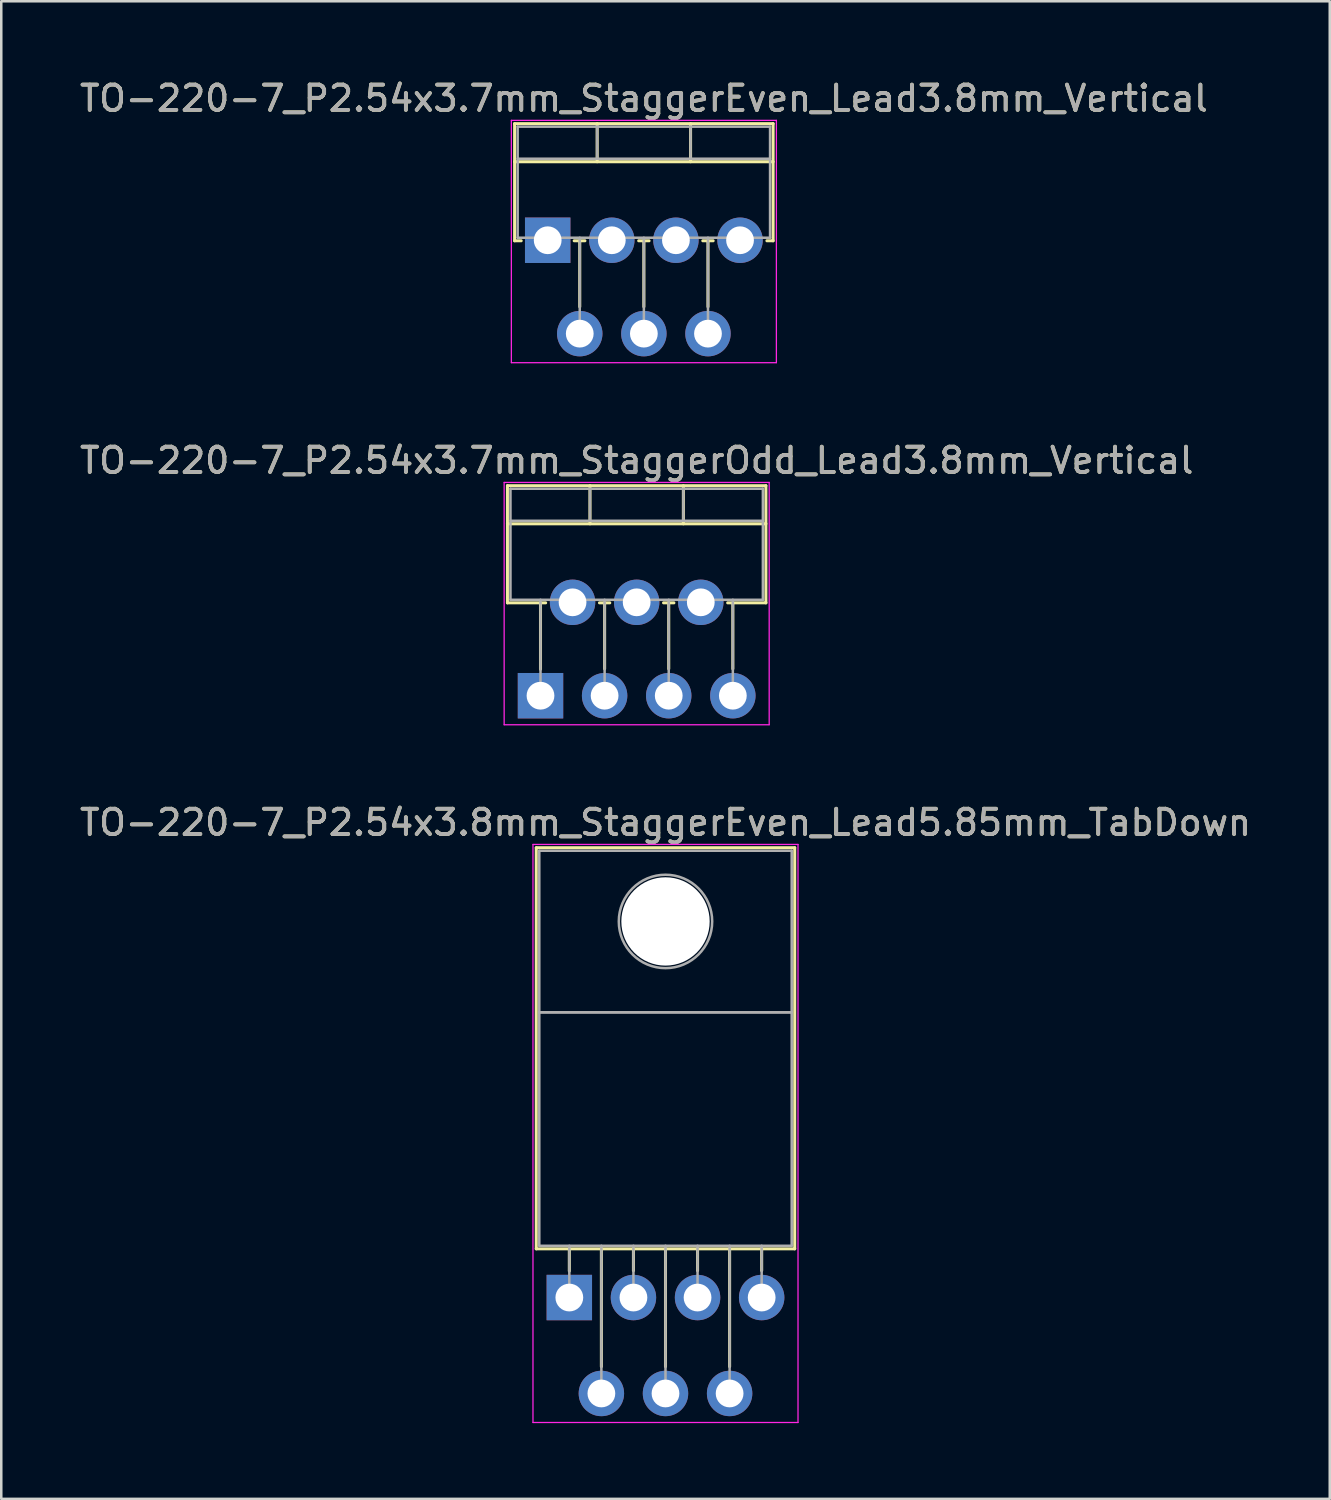
<source format=kicad_pcb>
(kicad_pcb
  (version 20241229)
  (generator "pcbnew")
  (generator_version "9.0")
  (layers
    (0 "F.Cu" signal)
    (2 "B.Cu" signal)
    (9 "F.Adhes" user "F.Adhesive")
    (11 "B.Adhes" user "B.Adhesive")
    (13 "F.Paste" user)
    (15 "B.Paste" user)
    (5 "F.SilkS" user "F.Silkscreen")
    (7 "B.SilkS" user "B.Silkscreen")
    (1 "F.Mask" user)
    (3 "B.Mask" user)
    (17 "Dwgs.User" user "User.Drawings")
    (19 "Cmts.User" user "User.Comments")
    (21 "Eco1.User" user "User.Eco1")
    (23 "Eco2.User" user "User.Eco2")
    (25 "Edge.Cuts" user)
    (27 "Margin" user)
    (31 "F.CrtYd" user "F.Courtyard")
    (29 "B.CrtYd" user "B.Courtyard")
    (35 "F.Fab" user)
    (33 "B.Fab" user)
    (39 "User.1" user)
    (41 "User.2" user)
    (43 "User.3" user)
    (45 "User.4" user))
  (footprint "TO-220-7_P2.54x3.7mm_StaggerEven_Lead3.8mm_Vertical"
    (layer "F.Cu")
    (at 18.648 6.468)
    (property "Reference" "TO-220-7_P2.54x3.7mm_StaggerEven_Lead3.8mm_Vertical" (at 3.81 -5.62 0) (layer "F.SilkS") (effects (font (size 1 1) (thickness 0.15))))
    (attr through_hole)
    (fp_line (start -1.31 -4.62) (end -1.31 0.021) (stroke (width 0.12) (type solid)) (layer "F.SilkS"))
    (fp_line (start -1.31 -4.62) (end 8.93 -4.62) (stroke (width 0.12) (type solid)) (layer "F.SilkS"))
    (fp_line (start -1.31 -3.111) (end 8.93 -3.111) (stroke (width 0.12) (type solid)) (layer "F.SilkS"))
    (fp_line (start -1.31 0.021) (end -1.05 0.021) (stroke (width 0.12) (type solid)) (layer "F.SilkS"))
    (fp_line (start 1.05 0.021) (end 1.475 0.021) (stroke (width 0.12) (type solid)) (layer "F.SilkS"))
    (fp_line (start 1.27 0.021) (end 1.27 2.635) (stroke (width 0.12) (type solid)) (layer "F.SilkS"))
    (fp_line (start 1.96 -4.62) (end 1.96 -3.111) (stroke (width 0.12) (type solid)) (layer "F.SilkS"))
    (fp_line (start 3.605 0.021) (end 4.016 0.021) (stroke (width 0.12) (type solid)) (layer "F.SilkS"))
    (fp_line (start 3.81 0.021) (end 3.81 2.635) (stroke (width 0.12) (type solid)) (layer "F.SilkS"))
    (fp_line (start 5.66 -4.62) (end 5.66 -3.111) (stroke (width 0.12) (type solid)) (layer "F.SilkS"))
    (fp_line (start 6.145 0.021) (end 6.555 0.021) (stroke (width 0.12) (type solid)) (layer "F.SilkS"))
    (fp_line (start 6.35 0.021) (end 6.35 2.635) (stroke (width 0.12) (type solid)) (layer "F.SilkS"))
    (fp_line (start 8.685 0.021) (end 8.93 0.021) (stroke (width 0.12) (type solid)) (layer "F.SilkS"))
    (fp_line (start 8.93 -4.62) (end 8.93 0.021) (stroke (width 0.12) (type solid)) (layer "F.SilkS"))
    (fp_line (start -1.44 -4.75) (end -1.44 4.85) (stroke (width 0.05) (type solid)) (layer "F.CrtYd"))
    (fp_line (start -1.44 4.85) (end 9.06 4.85) (stroke (width 0.05) (type solid)) (layer "F.CrtYd"))
    (fp_line (start 9.06 -4.75) (end -1.44 -4.75) (stroke (width 0.05) (type solid)) (layer "F.CrtYd"))
    (fp_line (start 9.06 4.85) (end 9.06 -4.75) (stroke (width 0.05) (type solid)) (layer "F.CrtYd"))
    (fp_line (start -1.19 -4.5) (end -1.19 -0.1) (stroke (width 0.1) (type solid)) (layer "F.Fab"))
    (fp_line (start -1.19 -3.23) (end 8.81 -3.23) (stroke (width 0.1) (type solid)) (layer "F.Fab"))
    (fp_line (start -1.19 -0.1) (end 8.81 -0.1) (stroke (width 0.1) (type solid)) (layer "F.Fab"))
    (fp_line (start 0 -0.1) (end 0 0) (stroke (width 0.1) (type solid)) (layer "F.Fab"))
    (fp_line (start 1.27 -0.1) (end 1.27 3.7) (stroke (width 0.1) (type solid)) (layer "F.Fab"))
    (fp_line (start 1.96 -4.5) (end 1.96 -3.23) (stroke (width 0.1) (type solid)) (layer "F.Fab"))
    (fp_line (start 2.54 -0.1) (end 2.54 0) (stroke (width 0.1) (type solid)) (layer "F.Fab"))
    (fp_line (start 3.81 -0.1) (end 3.81 3.7) (stroke (width 0.1) (type solid)) (layer "F.Fab"))
    (fp_line (start 5.08 -0.1) (end 5.08 0) (stroke (width 0.1) (type solid)) (layer "F.Fab"))
    (fp_line (start 5.66 -4.5) (end 5.66 -3.23) (stroke (width 0.1) (type solid)) (layer "F.Fab"))
    (fp_line (start 6.35 -0.1) (end 6.35 3.7) (stroke (width 0.1) (type solid)) (layer "F.Fab"))
    (fp_line (start 7.62 -0.1) (end 7.62 0) (stroke (width 0.1) (type solid)) (layer "F.Fab"))
    (fp_line (start 8.81 -4.5) (end -1.19 -4.5) (stroke (width 0.1) (type solid)) (layer "F.Fab"))
    (fp_line (start 8.81 -0.1) (end 8.81 -4.5) (stroke (width 0.1) (type solid)) (layer "F.Fab"))
    (fp_text user "${REFERENCE}" (at 3.81 -5.62 0) (layer "F.Fab") (effects (font (size 1 1) (thickness 0.15))))
    (pad "1" thru_hole rect (at 0 0) (size 1.8 1.8) (drill 1.1) (layers "*.Cu" "*.Mask"))
    (pad "2" thru_hole oval (at 1.27 3.7) (size 1.8 1.8) (drill 1.1) (layers "*.Cu" "*.Mask"))
    (pad "3" thru_hole oval (at 2.54 0) (size 1.8 1.8) (drill 1.1) (layers "*.Cu" "*.Mask"))
    (pad "4" thru_hole oval (at 3.81 3.7) (size 1.8 1.8) (drill 1.1) (layers "*.Cu" "*.Mask"))
    (pad "5" thru_hole oval (at 5.08 0) (size 1.8 1.8) (drill 1.1) (layers "*.Cu" "*.Mask"))
    (pad "6" thru_hole oval (at 6.35 3.7) (size 1.8 1.8) (drill 1.1) (layers "*.Cu" "*.Mask"))
    (pad "7" thru_hole oval (at 7.62 0) (size 1.8 1.8) (drill 1.1) (layers "*.Cu" "*.Mask")))
  (footprint "TO-220-7_P2.54x3.7mm_StaggerOdd_Lead3.8mm_Vertical"
    (layer "F.Cu")
    (at 18.363 24.512)
    (property "Reference" "TO-220-7_P2.54x3.7mm_StaggerOdd_Lead3.8mm_Vertical" (at 3.81 -9.32 0) (layer "F.SilkS") (effects (font (size 1 1) (thickness 0.15))))
    (attr through_hole)
    (fp_line (start -1.31 -8.32) (end -1.31 -3.679) (stroke (width 0.12) (type solid)) (layer "F.SilkS"))
    (fp_line (start -1.31 -8.32) (end 8.93 -8.32) (stroke (width 0.12) (type solid)) (layer "F.SilkS"))
    (fp_line (start -1.31 -6.811) (end 8.93 -6.811) (stroke (width 0.12) (type solid)) (layer "F.SilkS"))
    (fp_line (start -1.31 -3.679) (end 0.205 -3.679) (stroke (width 0.12) (type solid)) (layer "F.SilkS"))
    (fp_line (start 0 -3.679) (end 0 -1.049) (stroke (width 0.12) (type solid)) (layer "F.SilkS"))
    (fp_line (start 1.96 -8.32) (end 1.96 -6.811) (stroke (width 0.12) (type solid)) (layer "F.SilkS"))
    (fp_line (start 2.336 -3.679) (end 2.745 -3.679) (stroke (width 0.12) (type solid)) (layer "F.SilkS"))
    (fp_line (start 2.54 -3.679) (end 2.54 -1.065) (stroke (width 0.12) (type solid)) (layer "F.SilkS"))
    (fp_line (start 4.875 -3.679) (end 5.285 -3.679) (stroke (width 0.12) (type solid)) (layer "F.SilkS"))
    (fp_line (start 5.08 -3.679) (end 5.08 -1.065) (stroke (width 0.12) (type solid)) (layer "F.SilkS"))
    (fp_line (start 5.66 -8.32) (end 5.66 -6.811) (stroke (width 0.12) (type solid)) (layer "F.SilkS"))
    (fp_line (start 7.415 -3.679) (end 8.93 -3.679) (stroke (width 0.12) (type solid)) (layer "F.SilkS"))
    (fp_line (start 7.62 -3.679) (end 7.62 -1.065) (stroke (width 0.12) (type solid)) (layer "F.SilkS"))
    (fp_line (start 8.93 -8.32) (end 8.93 -3.679) (stroke (width 0.12) (type solid)) (layer "F.SilkS"))
    (fp_line (start -1.44 -8.45) (end -1.44 1.15) (stroke (width 0.05) (type solid)) (layer "F.CrtYd"))
    (fp_line (start -1.44 1.15) (end 9.06 1.15) (stroke (width 0.05) (type solid)) (layer "F.CrtYd"))
    (fp_line (start 9.06 -8.45) (end -1.44 -8.45) (stroke (width 0.05) (type solid)) (layer "F.CrtYd"))
    (fp_line (start 9.06 1.15) (end 9.06 -8.45) (stroke (width 0.05) (type solid)) (layer "F.CrtYd"))
    (fp_line (start -1.19 -8.2) (end -1.19 -3.8) (stroke (width 0.1) (type solid)) (layer "F.Fab"))
    (fp_line (start -1.19 -6.93) (end 8.81 -6.93) (stroke (width 0.1) (type solid)) (layer "F.Fab"))
    (fp_line (start -1.19 -3.8) (end 8.81 -3.8) (stroke (width 0.1) (type solid)) (layer "F.Fab"))
    (fp_line (start 0 -3.8) (end 0 0) (stroke (width 0.1) (type solid)) (layer "F.Fab"))
    (fp_line (start 1.27 -3.8) (end 1.27 -3.7) (stroke (width 0.1) (type solid)) (layer "F.Fab"))
    (fp_line (start 1.96 -8.2) (end 1.96 -6.93) (stroke (width 0.1) (type solid)) (layer "F.Fab"))
    (fp_line (start 2.54 -3.8) (end 2.54 0) (stroke (width 0.1) (type solid)) (layer "F.Fab"))
    (fp_line (start 3.81 -3.8) (end 3.81 -3.7) (stroke (width 0.1) (type solid)) (layer "F.Fab"))
    (fp_line (start 5.08 -3.8) (end 5.08 0) (stroke (width 0.1) (type solid)) (layer "F.Fab"))
    (fp_line (start 5.66 -8.2) (end 5.66 -6.93) (stroke (width 0.1) (type solid)) (layer "F.Fab"))
    (fp_line (start 6.35 -3.8) (end 6.35 -3.7) (stroke (width 0.1) (type solid)) (layer "F.Fab"))
    (fp_line (start 7.62 -3.8) (end 7.62 0) (stroke (width 0.1) (type solid)) (layer "F.Fab"))
    (fp_line (start 8.81 -8.2) (end -1.19 -8.2) (stroke (width 0.1) (type solid)) (layer "F.Fab"))
    (fp_line (start 8.81 -3.8) (end 8.81 -8.2) (stroke (width 0.1) (type solid)) (layer "F.Fab"))
    (fp_text user "${REFERENCE}" (at 3.81 -9.32 0) (layer "F.Fab") (effects (font (size 1 1) (thickness 0.15))))
    (pad "1" thru_hole rect (at 0 0) (size 1.8 1.8) (drill 1.1) (layers "*.Cu" "*.Mask"))
    (pad "2" thru_hole oval (at 1.27 -3.7) (size 1.8 1.8) (drill 1.1) (layers "*.Cu" "*.Mask"))
    (pad "3" thru_hole oval (at 2.54 0) (size 1.8 1.8) (drill 1.1) (layers "*.Cu" "*.Mask"))
    (pad "4" thru_hole oval (at 3.81 -3.7) (size 1.8 1.8) (drill 1.1) (layers "*.Cu" "*.Mask"))
    (pad "5" thru_hole oval (at 5.08 0) (size 1.8 1.8) (drill 1.1) (layers "*.Cu" "*.Mask"))
    (pad "6" thru_hole oval (at 6.35 -3.7) (size 1.8 1.8) (drill 1.1) (layers "*.Cu" "*.Mask"))
    (pad "7" thru_hole oval (at 7.62 0) (size 1.8 1.8) (drill 1.1) (layers "*.Cu" "*.Mask")))
  (footprint "TO-220-7_P2.54x3.8mm_StaggerEven_Lead5.85mm_TabDown"
    (layer "F.Cu")
    (at 19.505 48.355)
    (property "Reference" "TO-220-7_P2.54x3.8mm_StaggerEven_Lead5.85mm_TabDown" (at 3.81 -18.82 0) (layer "F.SilkS") (effects (font (size 1 1) (thickness 0.15))))
    (attr through_hole)
    (fp_line (start -1.31 -17.82) (end -1.31 -1.93) (stroke (width 0.12) (type solid)) (layer "F.SilkS"))
    (fp_line (start -1.31 -17.82) (end 8.93 -17.82) (stroke (width 0.12) (type solid)) (layer "F.SilkS"))
    (fp_line (start -1.31 -1.93) (end 8.93 -1.93) (stroke (width 0.12) (type solid)) (layer "F.SilkS"))
    (fp_line (start 0 -1.93) (end 0 -1.05) (stroke (width 0.12) (type solid)) (layer "F.SilkS"))
    (fp_line (start 1.27 -1.93) (end 1.27 2.735) (stroke (width 0.12) (type solid)) (layer "F.SilkS"))
    (fp_line (start 2.54 -1.93) (end 2.54 -1.066) (stroke (width 0.12) (type solid)) (layer "F.SilkS"))
    (fp_line (start 3.81 -1.93) (end 3.81 2.735) (stroke (width 0.12) (type solid)) (layer "F.SilkS"))
    (fp_line (start 5.08 -1.93) (end 5.08 -1.066) (stroke (width 0.12) (type solid)) (layer "F.SilkS"))
    (fp_line (start 6.35 -1.93) (end 6.35 2.735) (stroke (width 0.12) (type solid)) (layer "F.SilkS"))
    (fp_line (start 7.62 -1.93) (end 7.62 -1.066) (stroke (width 0.12) (type solid)) (layer "F.SilkS"))
    (fp_line (start 8.93 -17.82) (end 8.93 -1.93) (stroke (width 0.12) (type solid)) (layer "F.SilkS"))
    (fp_line (start -1.44 -17.95) (end -1.44 4.95) (stroke (width 0.05) (type solid)) (layer "F.CrtYd"))
    (fp_line (start -1.44 4.95) (end 9.06 4.95) (stroke (width 0.05) (type solid)) (layer "F.CrtYd"))
    (fp_line (start 9.06 -17.95) (end -1.44 -17.95) (stroke (width 0.05) (type solid)) (layer "F.CrtYd"))
    (fp_line (start 9.06 4.95) (end 9.06 -17.95) (stroke (width 0.05) (type solid)) (layer "F.CrtYd"))
    (fp_line (start -1.19 -17.7) (end 8.81 -17.7) (stroke (width 0.1) (type solid)) (layer "F.Fab"))
    (fp_line (start -1.19 -11.3) (end -1.19 -17.7) (stroke (width 0.1) (type solid)) (layer "F.Fab"))
    (fp_line (start -1.19 -11.3) (end 8.81 -11.3) (stroke (width 0.1) (type solid)) (layer "F.Fab"))
    (fp_line (start -1.19 -2.05) (end -1.19 -11.3) (stroke (width 0.1) (type solid)) (layer "F.Fab"))
    (fp_line (start 0 -2.05) (end 0 0) (stroke (width 0.1) (type solid)) (layer "F.Fab"))
    (fp_line (start 1.27 -2.05) (end 1.27 3.8) (stroke (width 0.1) (type solid)) (layer "F.Fab"))
    (fp_line (start 2.54 -2.05) (end 2.54 0) (stroke (width 0.1) (type solid)) (layer "F.Fab"))
    (fp_line (start 3.81 -2.05) (end 3.81 3.8) (stroke (width 0.1) (type solid)) (layer "F.Fab"))
    (fp_line (start 5.08 -2.05) (end 5.08 0) (stroke (width 0.1) (type solid)) (layer "F.Fab"))
    (fp_line (start 6.35 -2.05) (end 6.35 3.8) (stroke (width 0.1) (type solid)) (layer "F.Fab"))
    (fp_line (start 7.62 -2.05) (end 7.62 0) (stroke (width 0.1) (type solid)) (layer "F.Fab"))
    (fp_line (start 8.81 -17.7) (end 8.81 -11.3) (stroke (width 0.1) (type solid)) (layer "F.Fab"))
    (fp_line (start 8.81 -11.3) (end -1.19 -11.3) (stroke (width 0.1) (type solid)) (layer "F.Fab"))
    (fp_line (start 8.81 -11.3) (end 8.81 -2.05) (stroke (width 0.1) (type solid)) (layer "F.Fab"))
    (fp_line (start 8.81 -2.05) (end -1.19 -2.05) (stroke (width 0.1) (type solid)) (layer "F.Fab"))
    (fp_circle (center 3.81 -14.9) (end 5.66 -14.9) (stroke (width 0.1) (type solid)) (fill no) (layer "F.Fab"))
    (fp_text user "${REFERENCE}" (at 3.81 -18.82 0) (layer "F.Fab") (effects (font (size 1 1) (thickness 0.15))))
    (pad "" np_thru_hole oval (at 3.81 -14.9) (size 3.5 3.5) (drill 3.5) (layers "*.Cu" "*.Mask"))
    (pad "1" thru_hole rect (at 0 0) (size 1.8 1.8) (drill 1.1) (layers "*.Cu" "*.Mask"))
    (pad "2" thru_hole oval (at 1.27 3.8) (size 1.8 1.8) (drill 1.1) (layers "*.Cu" "*.Mask"))
    (pad "3" thru_hole oval (at 2.54 0) (size 1.8 1.8) (drill 1.1) (layers "*.Cu" "*.Mask"))
    (pad "4" thru_hole oval (at 3.81 3.8) (size 1.8 1.8) (drill 1.1) (layers "*.Cu" "*.Mask"))
    (pad "5" thru_hole oval (at 5.08 0) (size 1.8 1.8) (drill 1.1) (layers "*.Cu" "*.Mask"))
    (pad "6" thru_hole oval (at 6.35 3.8) (size 1.8 1.8) (drill 1.1) (layers "*.Cu" "*.Mask"))
    (pad "7" thru_hole oval (at 7.62 0) (size 1.8 1.8) (drill 1.1) (layers "*.Cu" "*.Mask")))
  (gr_rect
    (start -3 -3)
    (end 49.631 56.33)
    (stroke (width 0.1) (type default))
    (fill no)
    (layer "Edge.Cuts")))
</source>
